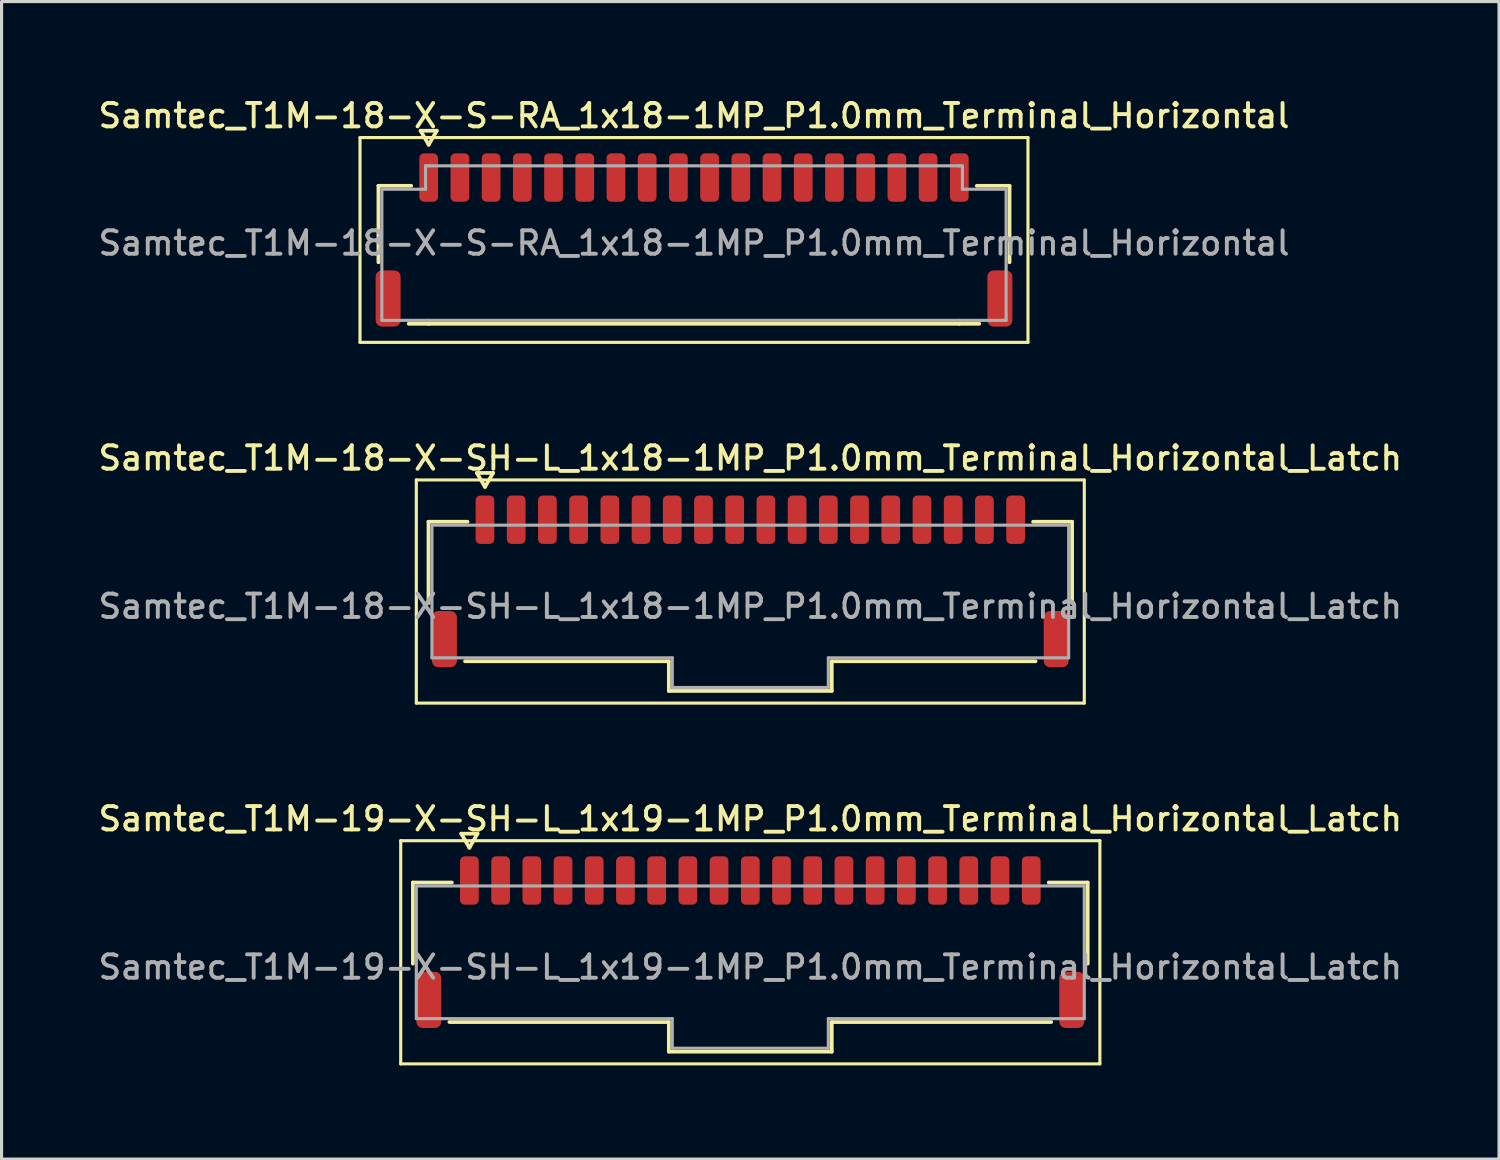
<source format=kicad_pcb>
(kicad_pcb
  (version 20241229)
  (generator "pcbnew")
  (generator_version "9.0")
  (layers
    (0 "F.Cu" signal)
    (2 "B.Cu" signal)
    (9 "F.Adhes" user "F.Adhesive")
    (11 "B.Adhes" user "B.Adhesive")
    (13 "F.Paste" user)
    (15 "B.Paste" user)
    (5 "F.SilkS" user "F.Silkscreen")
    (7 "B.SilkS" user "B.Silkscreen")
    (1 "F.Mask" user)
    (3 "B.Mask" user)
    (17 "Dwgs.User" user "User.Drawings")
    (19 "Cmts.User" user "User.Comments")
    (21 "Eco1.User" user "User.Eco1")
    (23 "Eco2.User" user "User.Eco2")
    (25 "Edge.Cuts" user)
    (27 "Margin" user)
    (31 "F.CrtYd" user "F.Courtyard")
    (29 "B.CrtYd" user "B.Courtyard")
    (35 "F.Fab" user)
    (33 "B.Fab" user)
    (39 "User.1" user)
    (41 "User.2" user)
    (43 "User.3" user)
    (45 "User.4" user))
  (footprint "Samtec_T1M-19-X-SH-L_1x19-1MP_P1.0mm_Terminal_Horizontal_Latch"
    (layer "F.Cu")
    (at 20.988 27.934)
    (property "Reference" "Samtec_T1M-19-X-SH-L_1x19-1MP_P1.0mm_Terminal_Horizontal_Latch" (at 0 -4.75 0) (layer "F.SilkS") (effects (font (size 0.75 0.75) (thickness 0.125))))
    (attr smd)
    (fp_line (start -11.2 -4.05) (end -11.2 3.1) (stroke (width 0.1) (type solid)) (layer "F.SilkS"))
    (fp_line (start -11.2 3.1) (end 11.2 3.1) (stroke (width 0.1) (type solid)) (layer "F.SilkS"))
    (fp_line (start -10.81 -2.71) (end -9.56 -2.71) (stroke (width 0.12) (type solid)) (layer "F.SilkS"))
    (fp_line (start -10.81 -0.11) (end -10.81 -2.71) (stroke (width 0.12) (type solid)) (layer "F.SilkS"))
    (fp_line (start -9.26 -4.275) (end -9 -3.825) (stroke (width 0.12) (type solid)) (layer "F.SilkS"))
    (fp_line (start -9 -3.825) (end -8.74 -4.275) (stroke (width 0.12) (type solid)) (layer "F.SilkS"))
    (fp_line (start -8.74 -4.275) (end -9.26 -4.275) (stroke (width 0.12) (type solid)) (layer "F.SilkS"))
    (fp_line (start -2.61 1.76) (end -9.64 1.76) (stroke (width 0.12) (type solid)) (layer "F.SilkS"))
    (fp_line (start -2.61 2.71) (end -2.61 1.76) (stroke (width 0.12) (type solid)) (layer "F.SilkS"))
    (fp_line (start 2.61 1.76) (end 2.61 2.71) (stroke (width 0.12) (type solid)) (layer "F.SilkS"))
    (fp_line (start 2.61 2.71) (end -2.61 2.71) (stroke (width 0.12) (type solid)) (layer "F.SilkS"))
    (fp_line (start 9.56 -2.71) (end 10.81 -2.71) (stroke (width 0.12) (type solid)) (layer "F.SilkS"))
    (fp_line (start 9.64 1.76) (end 2.61 1.76) (stroke (width 0.12) (type solid)) (layer "F.SilkS"))
    (fp_line (start 10.81 -2.71) (end 10.81 -0.11) (stroke (width 0.12) (type solid)) (layer "F.SilkS"))
    (fp_line (start 11.2 -4.05) (end -11.2 -4.05) (stroke (width 0.1) (type solid)) (layer "F.SilkS"))
    (fp_line (start 11.2 3.1) (end 11.2 -4.05) (stroke (width 0.1) (type solid)) (layer "F.SilkS"))
    (fp_line (start -10.7 -2.6) (end 10.7 -2.6) (stroke (width 0.1) (type solid)) (layer "F.Fab"))
    (fp_line (start -10.7 1.65) (end -10.7 -2.6) (stroke (width 0.1) (type solid)) (layer "F.Fab"))
    (fp_line (start -2.5 1.65) (end -10.7 1.65) (stroke (width 0.1) (type solid)) (layer "F.Fab"))
    (fp_line (start -2.5 2.6) (end -2.5 1.65) (stroke (width 0.1) (type solid)) (layer "F.Fab"))
    (fp_line (start 2.5 1.65) (end 2.5 2.6) (stroke (width 0.1) (type solid)) (layer "F.Fab"))
    (fp_line (start 2.5 2.6) (end -2.5 2.6) (stroke (width 0.1) (type solid)) (layer "F.Fab"))
    (fp_line (start 10.7 -2.6) (end 10.7 1.65) (stroke (width 0.1) (type solid)) (layer "F.Fab"))
    (fp_line (start 10.7 1.65) (end 2.5 1.65) (stroke (width 0.1) (type solid)) (layer "F.Fab"))
    (fp_text user "${REFERENCE}" (at 0 0 0) (layer "F.Fab") (effects (font (size 0.75 0.75) (thickness 0.125))))
    (pad "1" smd roundrect (at -9 -2.775) (size 0.6 1.55) (layers "F.Cu" "F.Mask" "F.Paste") (roundrect_rratio 0.25))
    (pad "2" smd roundrect (at -8 -2.775) (size 0.6 1.55) (layers "F.Cu" "F.Mask" "F.Paste") (roundrect_rratio 0.25))
    (pad "3" smd roundrect (at -7 -2.775) (size 0.6 1.55) (layers "F.Cu" "F.Mask" "F.Paste") (roundrect_rratio 0.25))
    (pad "4" smd roundrect (at -6 -2.775) (size 0.6 1.55) (layers "F.Cu" "F.Mask" "F.Paste") (roundrect_rratio 0.25))
    (pad "5" smd roundrect (at -5 -2.775) (size 0.6 1.55) (layers "F.Cu" "F.Mask" "F.Paste") (roundrect_rratio 0.25))
    (pad "6" smd roundrect (at -4 -2.775) (size 0.6 1.55) (layers "F.Cu" "F.Mask" "F.Paste") (roundrect_rratio 0.25))
    (pad "7" smd roundrect (at -3 -2.775) (size 0.6 1.55) (layers "F.Cu" "F.Mask" "F.Paste") (roundrect_rratio 0.25))
    (pad "8" smd roundrect (at -2 -2.775) (size 0.6 1.55) (layers "F.Cu" "F.Mask" "F.Paste") (roundrect_rratio 0.25))
    (pad "9" smd roundrect (at -1 -2.775) (size 0.6 1.55) (layers "F.Cu" "F.Mask" "F.Paste") (roundrect_rratio 0.25))
    (pad "10" smd roundrect (at 0 -2.775) (size 0.6 1.55) (layers "F.Cu" "F.Mask" "F.Paste") (roundrect_rratio 0.25))
    (pad "11" smd roundrect (at 1 -2.775) (size 0.6 1.55) (layers "F.Cu" "F.Mask" "F.Paste") (roundrect_rratio 0.25))
    (pad "12" smd roundrect (at 2 -2.775) (size 0.6 1.55) (layers "F.Cu" "F.Mask" "F.Paste") (roundrect_rratio 0.25))
    (pad "13" smd roundrect (at 3 -2.775) (size 0.6 1.55) (layers "F.Cu" "F.Mask" "F.Paste") (roundrect_rratio 0.25))
    (pad "14" smd roundrect (at 4 -2.775) (size 0.6 1.55) (layers "F.Cu" "F.Mask" "F.Paste") (roundrect_rratio 0.25))
    (pad "15" smd roundrect (at 5 -2.775) (size 0.6 1.55) (layers "F.Cu" "F.Mask" "F.Paste") (roundrect_rratio 0.25))
    (pad "16" smd roundrect (at 6 -2.775) (size 0.6 1.55) (layers "F.Cu" "F.Mask" "F.Paste") (roundrect_rratio 0.25))
    (pad "17" smd roundrect (at 7 -2.775) (size 0.6 1.55) (layers "F.Cu" "F.Mask" "F.Paste") (roundrect_rratio 0.25))
    (pad "18" smd roundrect (at 8 -2.775) (size 0.6 1.55) (layers "F.Cu" "F.Mask" "F.Paste") (roundrect_rratio 0.25))
    (pad "19" smd roundrect (at 9 -2.775) (size 0.6 1.55) (layers "F.Cu" "F.Mask" "F.Paste") (roundrect_rratio 0.25))
    (pad "MP" smd roundrect (at -10.3 1.05) (size 0.8 1.8) (layers "F.Cu" "F.Mask" "F.Paste") (roundrect_rratio 0.25))
    (pad "MP" smd roundrect (at 10.3 1.05) (size 0.8 1.8) (layers "F.Cu" "F.Mask" "F.Paste") (roundrect_rratio 0.25)))
  (footprint "Samtec_T1M-18-X-SH-L_1x18-1MP_P1.0mm_Terminal_Horizontal_Latch"
    (layer "F.Cu")
    (at 20.988 16.376)
    (property "Reference" "Samtec_T1M-18-X-SH-L_1x18-1MP_P1.0mm_Terminal_Horizontal_Latch" (at 0 -4.75 0) (layer "F.SilkS") (effects (font (size 0.75 0.75) (thickness 0.125))))
    (attr smd)
    (fp_line (start -10.7 -4.05) (end -10.7 3.1) (stroke (width 0.1) (type solid)) (layer "F.SilkS"))
    (fp_line (start -10.7 3.1) (end 10.7 3.1) (stroke (width 0.1) (type solid)) (layer "F.SilkS"))
    (fp_line (start -10.31 -2.71) (end -9.06 -2.71) (stroke (width 0.12) (type solid)) (layer "F.SilkS"))
    (fp_line (start -10.31 -0.11) (end -10.31 -2.71) (stroke (width 0.12) (type solid)) (layer "F.SilkS"))
    (fp_line (start -8.76 -4.275) (end -8.5 -3.825) (stroke (width 0.12) (type solid)) (layer "F.SilkS"))
    (fp_line (start -8.5 -3.825) (end -8.24 -4.275) (stroke (width 0.12) (type solid)) (layer "F.SilkS"))
    (fp_line (start -8.24 -4.275) (end -8.76 -4.275) (stroke (width 0.12) (type solid)) (layer "F.SilkS"))
    (fp_line (start -2.61 1.76) (end -9.14 1.76) (stroke (width 0.12) (type solid)) (layer "F.SilkS"))
    (fp_line (start -2.61 2.71) (end -2.61 1.76) (stroke (width 0.12) (type solid)) (layer "F.SilkS"))
    (fp_line (start 2.61 1.76) (end 2.61 2.71) (stroke (width 0.12) (type solid)) (layer "F.SilkS"))
    (fp_line (start 2.61 2.71) (end -2.61 2.71) (stroke (width 0.12) (type solid)) (layer "F.SilkS"))
    (fp_line (start 9.06 -2.71) (end 10.31 -2.71) (stroke (width 0.12) (type solid)) (layer "F.SilkS"))
    (fp_line (start 9.14 1.76) (end 2.61 1.76) (stroke (width 0.12) (type solid)) (layer "F.SilkS"))
    (fp_line (start 10.31 -2.71) (end 10.31 -0.11) (stroke (width 0.12) (type solid)) (layer "F.SilkS"))
    (fp_line (start 10.7 -4.05) (end -10.7 -4.05) (stroke (width 0.1) (type solid)) (layer "F.SilkS"))
    (fp_line (start 10.7 3.1) (end 10.7 -4.05) (stroke (width 0.1) (type solid)) (layer "F.SilkS"))
    (fp_line (start -10.2 -2.6) (end 10.2 -2.6) (stroke (width 0.1) (type solid)) (layer "F.Fab"))
    (fp_line (start -10.2 1.65) (end -10.2 -2.6) (stroke (width 0.1) (type solid)) (layer "F.Fab"))
    (fp_line (start -2.5 1.65) (end -10.2 1.65) (stroke (width 0.1) (type solid)) (layer "F.Fab"))
    (fp_line (start -2.5 2.6) (end -2.5 1.65) (stroke (width 0.1) (type solid)) (layer "F.Fab"))
    (fp_line (start 2.5 1.65) (end 2.5 2.6) (stroke (width 0.1) (type solid)) (layer "F.Fab"))
    (fp_line (start 2.5 2.6) (end -2.5 2.6) (stroke (width 0.1) (type solid)) (layer "F.Fab"))
    (fp_line (start 10.2 -2.6) (end 10.2 1.65) (stroke (width 0.1) (type solid)) (layer "F.Fab"))
    (fp_line (start 10.2 1.65) (end 2.5 1.65) (stroke (width 0.1) (type solid)) (layer "F.Fab"))
    (fp_text user "${REFERENCE}" (at 0 0 0) (layer "F.Fab") (effects (font (size 0.75 0.75) (thickness 0.125))))
    (pad "1" smd roundrect (at -8.5 -2.775) (size 0.6 1.55) (layers "F.Cu" "F.Mask" "F.Paste") (roundrect_rratio 0.25))
    (pad "2" smd roundrect (at -7.5 -2.775) (size 0.6 1.55) (layers "F.Cu" "F.Mask" "F.Paste") (roundrect_rratio 0.25))
    (pad "3" smd roundrect (at -6.5 -2.775) (size 0.6 1.55) (layers "F.Cu" "F.Mask" "F.Paste") (roundrect_rratio 0.25))
    (pad "4" smd roundrect (at -5.5 -2.775) (size 0.6 1.55) (layers "F.Cu" "F.Mask" "F.Paste") (roundrect_rratio 0.25))
    (pad "5" smd roundrect (at -4.5 -2.775) (size 0.6 1.55) (layers "F.Cu" "F.Mask" "F.Paste") (roundrect_rratio 0.25))
    (pad "6" smd roundrect (at -3.5 -2.775) (size 0.6 1.55) (layers "F.Cu" "F.Mask" "F.Paste") (roundrect_rratio 0.25))
    (pad "7" smd roundrect (at -2.5 -2.775) (size 0.6 1.55) (layers "F.Cu" "F.Mask" "F.Paste") (roundrect_rratio 0.25))
    (pad "8" smd roundrect (at -1.5 -2.775) (size 0.6 1.55) (layers "F.Cu" "F.Mask" "F.Paste") (roundrect_rratio 0.25))
    (pad "9" smd roundrect (at -0.5 -2.775) (size 0.6 1.55) (layers "F.Cu" "F.Mask" "F.Paste") (roundrect_rratio 0.25))
    (pad "10" smd roundrect (at 0.5 -2.775) (size 0.6 1.55) (layers "F.Cu" "F.Mask" "F.Paste") (roundrect_rratio 0.25))
    (pad "11" smd roundrect (at 1.5 -2.775) (size 0.6 1.55) (layers "F.Cu" "F.Mask" "F.Paste") (roundrect_rratio 0.25))
    (pad "12" smd roundrect (at 2.5 -2.775) (size 0.6 1.55) (layers "F.Cu" "F.Mask" "F.Paste") (roundrect_rratio 0.25))
    (pad "13" smd roundrect (at 3.5 -2.775) (size 0.6 1.55) (layers "F.Cu" "F.Mask" "F.Paste") (roundrect_rratio 0.25))
    (pad "14" smd roundrect (at 4.5 -2.775) (size 0.6 1.55) (layers "F.Cu" "F.Mask" "F.Paste") (roundrect_rratio 0.25))
    (pad "15" smd roundrect (at 5.5 -2.775) (size 0.6 1.55) (layers "F.Cu" "F.Mask" "F.Paste") (roundrect_rratio 0.25))
    (pad "16" smd roundrect (at 6.5 -2.775) (size 0.6 1.55) (layers "F.Cu" "F.Mask" "F.Paste") (roundrect_rratio 0.25))
    (pad "17" smd roundrect (at 7.5 -2.775) (size 0.6 1.55) (layers "F.Cu" "F.Mask" "F.Paste") (roundrect_rratio 0.25))
    (pad "18" smd roundrect (at 8.5 -2.775) (size 0.6 1.55) (layers "F.Cu" "F.Mask" "F.Paste") (roundrect_rratio 0.25))
    (pad "MP" smd roundrect (at -9.8 1.05) (size 0.8 1.8) (layers "F.Cu" "F.Mask" "F.Paste") (roundrect_rratio 0.25))
    (pad "MP" smd roundrect (at 9.8 1.05) (size 0.8 1.8) (layers "F.Cu" "F.Mask" "F.Paste") (roundrect_rratio 0.25)))
  (footprint "Samtec_T1M-18-X-S-RA_1x18-1MP_P1.0mm_Terminal_Horizontal"
    (layer "F.Cu")
    (at 19.184 4.738)
    (property "Reference" "Samtec_T1M-18-X-S-RA_1x18-1MP_P1.0mm_Terminal_Horizontal" (at 0 -4.08 0) (layer "F.SilkS") (effects (font (size 0.75 0.75) (thickness 0.125))))
    (attr smd)
    (fp_line (start -10.7 -3.38) (end -10.7 3.18) (stroke (width 0.1) (type solid)) (layer "F.SilkS"))
    (fp_line (start -10.7 3.18) (end 10.7 3.18) (stroke (width 0.1) (type solid)) (layer "F.SilkS"))
    (fp_line (start -10.11 -1.835) (end -9.06 -1.835) (stroke (width 0.12) (type solid)) (layer "F.SilkS"))
    (fp_line (start -10.11 0.615) (end -10.11 -1.835) (stroke (width 0.12) (type solid)) (layer "F.SilkS"))
    (fp_line (start -8.76 -3.6) (end -8.5 -3.15) (stroke (width 0.12) (type solid)) (layer "F.SilkS"))
    (fp_line (start -8.5 -3.15) (end -8.24 -3.6) (stroke (width 0.12) (type solid)) (layer "F.SilkS"))
    (fp_line (start -8.5 2.585) (end -9.14 2.585) (stroke (width 0.12) (type solid)) (layer "F.SilkS"))
    (fp_line (start -8.24 -3.6) (end -8.76 -3.6) (stroke (width 0.12) (type solid)) (layer "F.SilkS"))
    (fp_line (start 8.5 2.585) (end -8.5 2.585) (stroke (width 0.12) (type solid)) (layer "F.SilkS"))
    (fp_line (start 9.06 -1.835) (end 10.11 -1.835) (stroke (width 0.12) (type solid)) (layer "F.SilkS"))
    (fp_line (start 9.14 2.585) (end 8.5 2.585) (stroke (width 0.12) (type solid)) (layer "F.SilkS"))
    (fp_line (start 10.11 -1.835) (end 10.11 0.615) (stroke (width 0.12) (type solid)) (layer "F.SilkS"))
    (fp_line (start 10.7 -3.38) (end -10.7 -3.38) (stroke (width 0.1) (type solid)) (layer "F.SilkS"))
    (fp_line (start 10.7 3.18) (end 10.7 -3.38) (stroke (width 0.1) (type solid)) (layer "F.SilkS"))
    (fp_line (start -10 -1.725) (end -8.6 -1.725) (stroke (width 0.1) (type solid)) (layer "F.Fab"))
    (fp_line (start -10 2.475) (end -10 -1.725) (stroke (width 0.1) (type solid)) (layer "F.Fab"))
    (fp_line (start -8.6 -2.475) (end -8.5 -2.475) (stroke (width 0.1) (type solid)) (layer "F.Fab"))
    (fp_line (start -8.6 -1.725) (end -8.6 -2.475) (stroke (width 0.1) (type solid)) (layer "F.Fab"))
    (fp_line (start -8.5 -2.475) (end 8.5 -2.475) (stroke (width 0.1) (type solid)) (layer "F.Fab"))
    (fp_line (start -8.5 2.475) (end -10 2.475) (stroke (width 0.1) (type solid)) (layer "F.Fab"))
    (fp_line (start 8.5 -2.475) (end 8.6 -2.475) (stroke (width 0.1) (type solid)) (layer "F.Fab"))
    (fp_line (start 8.5 2.475) (end -8.5 2.475) (stroke (width 0.1) (type solid)) (layer "F.Fab"))
    (fp_line (start 8.6 -2.475) (end 8.6 -1.725) (stroke (width 0.1) (type solid)) (layer "F.Fab"))
    (fp_line (start 8.6 -1.725) (end 10 -1.725) (stroke (width 0.1) (type solid)) (layer "F.Fab"))
    (fp_line (start 10 -1.725) (end 10 2.475) (stroke (width 0.1) (type solid)) (layer "F.Fab"))
    (fp_line (start 10 2.475) (end 8.5 2.475) (stroke (width 0.1) (type solid)) (layer "F.Fab"))
    (fp_text user "${REFERENCE}" (at 0 0 0) (layer "F.Fab") (effects (font (size 0.75 0.75) (thickness 0.125))))
    (pad "1" smd roundrect (at -8.5 -2.1) (size 0.6 1.55) (layers "F.Cu" "F.Mask" "F.Paste") (roundrect_rratio 0.25))
    (pad "2" smd roundrect (at -7.5 -2.1) (size 0.6 1.55) (layers "F.Cu" "F.Mask" "F.Paste") (roundrect_rratio 0.25))
    (pad "3" smd roundrect (at -6.5 -2.1) (size 0.6 1.55) (layers "F.Cu" "F.Mask" "F.Paste") (roundrect_rratio 0.25))
    (pad "4" smd roundrect (at -5.5 -2.1) (size 0.6 1.55) (layers "F.Cu" "F.Mask" "F.Paste") (roundrect_rratio 0.25))
    (pad "5" smd roundrect (at -4.5 -2.1) (size 0.6 1.55) (layers "F.Cu" "F.Mask" "F.Paste") (roundrect_rratio 0.25))
    (pad "6" smd roundrect (at -3.5 -2.1) (size 0.6 1.55) (layers "F.Cu" "F.Mask" "F.Paste") (roundrect_rratio 0.25))
    (pad "7" smd roundrect (at -2.5 -2.1) (size 0.6 1.55) (layers "F.Cu" "F.Mask" "F.Paste") (roundrect_rratio 0.25))
    (pad "8" smd roundrect (at -1.5 -2.1) (size 0.6 1.55) (layers "F.Cu" "F.Mask" "F.Paste") (roundrect_rratio 0.25))
    (pad "9" smd roundrect (at -0.5 -2.1) (size 0.6 1.55) (layers "F.Cu" "F.Mask" "F.Paste") (roundrect_rratio 0.25))
    (pad "10" smd roundrect (at 0.5 -2.1) (size 0.6 1.55) (layers "F.Cu" "F.Mask" "F.Paste") (roundrect_rratio 0.25))
    (pad "11" smd roundrect (at 1.5 -2.1) (size 0.6 1.55) (layers "F.Cu" "F.Mask" "F.Paste") (roundrect_rratio 0.25))
    (pad "12" smd roundrect (at 2.5 -2.1) (size 0.6 1.55) (layers "F.Cu" "F.Mask" "F.Paste") (roundrect_rratio 0.25))
    (pad "13" smd roundrect (at 3.5 -2.1) (size 0.6 1.55) (layers "F.Cu" "F.Mask" "F.Paste") (roundrect_rratio 0.25))
    (pad "14" smd roundrect (at 4.5 -2.1) (size 0.6 1.55) (layers "F.Cu" "F.Mask" "F.Paste") (roundrect_rratio 0.25))
    (pad "15" smd roundrect (at 5.5 -2.1) (size 0.6 1.55) (layers "F.Cu" "F.Mask" "F.Paste") (roundrect_rratio 0.25))
    (pad "16" smd roundrect (at 6.5 -2.1) (size 0.6 1.55) (layers "F.Cu" "F.Mask" "F.Paste") (roundrect_rratio 0.25))
    (pad "17" smd roundrect (at 7.5 -2.1) (size 0.6 1.55) (layers "F.Cu" "F.Mask" "F.Paste") (roundrect_rratio 0.25))
    (pad "18" smd roundrect (at 8.5 -2.1) (size 0.6 1.55) (layers "F.Cu" "F.Mask" "F.Paste") (roundrect_rratio 0.25))
    (pad "MP" smd roundrect (at -9.8 1.775) (size 0.8 1.8) (layers "F.Cu" "F.Mask" "F.Paste") (roundrect_rratio 0.25))
    (pad "MP" smd roundrect (at 9.8 1.775) (size 0.8 1.8) (layers "F.Cu" "F.Mask" "F.Paste") (roundrect_rratio 0.25)))
  (gr_rect
    (start -3 -3)
    (end 44.975 34.084)
    (stroke (width 0.1) (type default))
    (fill no)
    (layer "Edge.Cuts")))
</source>
